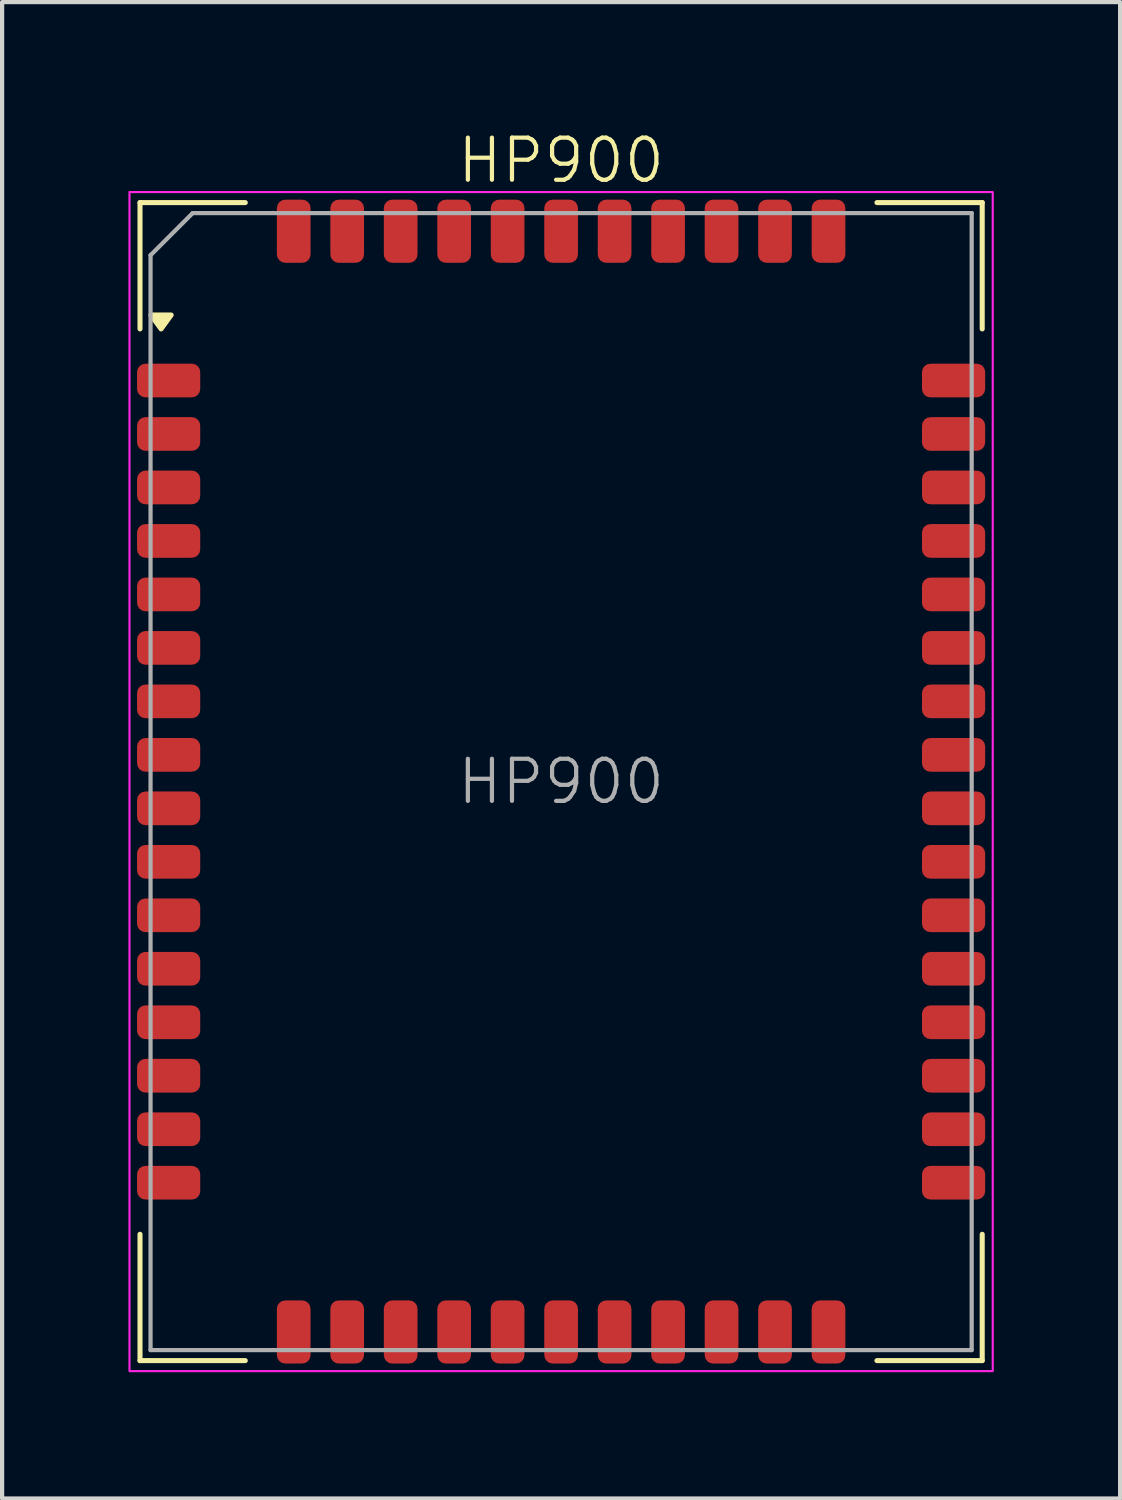
<source format=kicad_pcb>
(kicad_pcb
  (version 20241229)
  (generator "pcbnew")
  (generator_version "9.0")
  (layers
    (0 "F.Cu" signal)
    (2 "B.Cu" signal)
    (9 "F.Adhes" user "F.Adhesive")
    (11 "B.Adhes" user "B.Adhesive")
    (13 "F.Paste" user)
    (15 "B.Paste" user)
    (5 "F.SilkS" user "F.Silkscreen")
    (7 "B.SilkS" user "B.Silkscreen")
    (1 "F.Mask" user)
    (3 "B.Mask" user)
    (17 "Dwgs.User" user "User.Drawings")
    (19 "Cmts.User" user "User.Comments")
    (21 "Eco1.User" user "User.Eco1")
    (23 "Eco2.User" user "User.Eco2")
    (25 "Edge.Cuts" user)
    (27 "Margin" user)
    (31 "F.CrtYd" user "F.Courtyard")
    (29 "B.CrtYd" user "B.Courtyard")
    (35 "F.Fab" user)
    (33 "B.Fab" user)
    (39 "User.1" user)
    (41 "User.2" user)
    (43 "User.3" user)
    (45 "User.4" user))
  (footprint "HP900"
    (layer "F.Cu")
    (at 10.275 15.511)
    (property "Reference" "HP900" (at 0 -14.75 0) (unlocked yes) (layer "F.SilkS") (effects (font (size 1 1) (thickness 0.1))))
    (attr smd)
    (fp_line (start -10 -13.75) (end -10 -10.75) (stroke (width 0.12) (type default)) (layer "F.SilkS"))
    (fp_line (start -10 -13.75) (end -7.5 -13.75) (stroke (width 0.12) (type default)) (layer "F.SilkS"))
    (fp_line (start -10 13.75) (end -10 10.75) (stroke (width 0.12) (type default)) (layer "F.SilkS"))
    (fp_line (start -10 13.75) (end -7.5 13.75) (stroke (width 0.12) (type default)) (layer "F.SilkS"))
    (fp_line (start 10 -13.75) (end 7.5 -13.75) (stroke (width 0.12) (type default)) (layer "F.SilkS"))
    (fp_line (start 10 -13.75) (end 10 -10.75) (stroke (width 0.12) (type default)) (layer "F.SilkS"))
    (fp_line (start 10 13.75) (end 7.5 13.75) (stroke (width 0.12) (type default)) (layer "F.SilkS"))
    (fp_line (start 10 13.75) (end 10 10.75) (stroke (width 0.12) (type default)) (layer "F.SilkS"))
    (fp_poly (pts (xy -9.5 -10.75) (xy -9.74 -11.08) (xy -9.26 -11.08) (xy -9.5 -10.75)) (stroke (width 0.12) (type solid)) (fill yes) (layer "F.SilkS"))
    (fp_rect (start -10.25 -14) (end 10.25 14) (stroke (width 0.05) (type default)) (fill no) (layer "F.CrtYd"))
    (fp_line (start -9.75 -12.5) (end -9.75 13.5) (stroke (width 0.1) (type default)) (layer "F.Fab"))
    (fp_line (start -9.75 13.5) (end 9.75 13.5) (stroke (width 0.1) (type default)) (layer "F.Fab"))
    (fp_line (start -8.75 -13.5) (end -9.75 -12.5) (stroke (width 0.1) (type default)) (layer "F.Fab"))
    (fp_line (start -8.75 -13.5) (end 9.75 -13.5) (stroke (width 0.1) (type default)) (layer "F.Fab"))
    (fp_line (start 9.75 -13.5) (end 9.75 13.5) (stroke (width 0.1) (type default)) (layer "F.Fab"))
    (fp_text user "${REFERENCE}" (at 0 0 0) (unlocked yes) (layer "F.Fab") (effects (font (size 1 1) (thickness 0.1))))
    (pad "1" smd roundrect (at -9.32 -9.525) (size 1.5 0.8) (layers "F.Cu" "F.Mask" "F.Paste") (roundrect_rratio 0.25))
    (pad "2" smd roundrect (at -9.32 -8.255) (size 1.5 0.8) (layers "F.Cu" "F.Mask" "F.Paste") (roundrect_rratio 0.25))
    (pad "3" smd roundrect (at -9.32 -6.985) (size 1.5 0.8) (layers "F.Cu" "F.Mask" "F.Paste") (roundrect_rratio 0.25))
    (pad "4" smd roundrect (at -9.32 -5.715) (size 1.5 0.8) (layers "F.Cu" "F.Mask" "F.Paste") (roundrect_rratio 0.25))
    (pad "5" smd roundrect (at -9.32 -4.445) (size 1.5 0.8) (layers "F.Cu" "F.Mask" "F.Paste") (roundrect_rratio 0.25))
    (pad "6" smd roundrect (at -9.32 -3.175) (size 1.5 0.8) (layers "F.Cu" "F.Mask" "F.Paste") (roundrect_rratio 0.25))
    (pad "7" smd roundrect (at -9.32 -1.905) (size 1.5 0.8) (layers "F.Cu" "F.Mask" "F.Paste") (roundrect_rratio 0.25))
    (pad "8" smd roundrect (at -9.32 -0.635) (size 1.5 0.8) (layers "F.Cu" "F.Mask" "F.Paste") (roundrect_rratio 0.25))
    (pad "9" smd roundrect (at -9.32 0.635) (size 1.5 0.8) (layers "F.Cu" "F.Mask" "F.Paste") (roundrect_rratio 0.25))
    (pad "10" smd roundrect (at -9.32 1.905) (size 1.5 0.8) (layers "F.Cu" "F.Mask" "F.Paste") (roundrect_rratio 0.25))
    (pad "11" smd roundrect (at -9.32 3.175) (size 1.5 0.8) (layers "F.Cu" "F.Mask" "F.Paste") (roundrect_rratio 0.25))
    (pad "12" smd roundrect (at -9.32 4.445) (size 1.5 0.8) (layers "F.Cu" "F.Mask" "F.Paste") (roundrect_rratio 0.25))
    (pad "13" smd roundrect (at -9.32 5.715) (size 1.5 0.8) (layers "F.Cu" "F.Mask" "F.Paste") (roundrect_rratio 0.25))
    (pad "14" smd roundrect (at -9.32 6.985) (size 1.5 0.8) (layers "F.Cu" "F.Mask" "F.Paste") (roundrect_rratio 0.25))
    (pad "15" smd roundrect (at -9.32 8.255) (size 1.5 0.8) (layers "F.Cu" "F.Mask" "F.Paste") (roundrect_rratio 0.25))
    (pad "16" smd roundrect (at -9.32 9.525) (size 1.5 0.8) (layers "F.Cu" "F.Mask" "F.Paste") (roundrect_rratio 0.25))
    (pad "17" smd roundrect (at -6.35 13.07 90) (size 1.5 0.8) (layers "F.Cu" "F.Mask" "F.Paste") (roundrect_rratio 0.25))
    (pad "18" smd roundrect (at -5.08 13.07 90) (size 1.5 0.8) (layers "F.Cu" "F.Mask" "F.Paste") (roundrect_rratio 0.25))
    (pad "19" smd roundrect (at -3.81 13.07 90) (size 1.5 0.8) (layers "F.Cu" "F.Mask" "F.Paste") (roundrect_rratio 0.25))
    (pad "20" smd roundrect (at -2.54 13.07 90) (size 1.5 0.8) (layers "F.Cu" "F.Mask" "F.Paste") (roundrect_rratio 0.25))
    (pad "21" smd roundrect (at -1.27 13.07 90) (size 1.5 0.8) (layers "F.Cu" "F.Mask" "F.Paste") (roundrect_rratio 0.25))
    (pad "22" smd roundrect (at 0 13.07 90) (size 1.5 0.8) (layers "F.Cu" "F.Mask" "F.Paste") (roundrect_rratio 0.25))
    (pad "23" smd roundrect (at 1.27 13.07 90) (size 1.5 0.8) (layers "F.Cu" "F.Mask" "F.Paste") (roundrect_rratio 0.25))
    (pad "24" smd roundrect (at 2.54 13.07 90) (size 1.5 0.8) (layers "F.Cu" "F.Mask" "F.Paste") (roundrect_rratio 0.25))
    (pad "25" smd roundrect (at 3.81 13.07 90) (size 1.5 0.8) (layers "F.Cu" "F.Mask" "F.Paste") (roundrect_rratio 0.25))
    (pad "26" smd roundrect (at 5.08 13.07 90) (size 1.5 0.8) (layers "F.Cu" "F.Mask" "F.Paste") (roundrect_rratio 0.25))
    (pad "27" smd roundrect (at 6.35 13.07 90) (size 1.5 0.8) (layers "F.Cu" "F.Mask" "F.Paste") (roundrect_rratio 0.25))
    (pad "28" smd roundrect (at 9.32 9.525) (size 1.5 0.8) (layers "F.Cu" "F.Mask" "F.Paste") (roundrect_rratio 0.25))
    (pad "29" smd roundrect (at 9.32 8.255) (size 1.5 0.8) (layers "F.Cu" "F.Mask" "F.Paste") (roundrect_rratio 0.25))
    (pad "30" smd roundrect (at 9.32 6.985) (size 1.5 0.8) (layers "F.Cu" "F.Mask" "F.Paste") (roundrect_rratio 0.25))
    (pad "31" smd roundrect (at 9.32 5.715) (size 1.5 0.8) (layers "F.Cu" "F.Mask" "F.Paste") (roundrect_rratio 0.25))
    (pad "32" smd roundrect (at 9.32 4.445) (size 1.5 0.8) (layers "F.Cu" "F.Mask" "F.Paste") (roundrect_rratio 0.25))
    (pad "33" smd roundrect (at 9.32 3.175) (size 1.5 0.8) (layers "F.Cu" "F.Mask" "F.Paste") (roundrect_rratio 0.25))
    (pad "34" smd roundrect (at 9.32 1.905) (size 1.5 0.8) (layers "F.Cu" "F.Mask" "F.Paste") (roundrect_rratio 0.25))
    (pad "35" smd roundrect (at 9.32 0.635) (size 1.5 0.8) (layers "F.Cu" "F.Mask" "F.Paste") (roundrect_rratio 0.25))
    (pad "36" smd roundrect (at 9.32 -0.635) (size 1.5 0.8) (layers "F.Cu" "F.Mask" "F.Paste") (roundrect_rratio 0.25))
    (pad "37" smd roundrect (at 9.32 -1.905) (size 1.5 0.8) (layers "F.Cu" "F.Mask" "F.Paste") (roundrect_rratio 0.25))
    (pad "38" smd roundrect (at 9.32 -3.175) (size 1.5 0.8) (layers "F.Cu" "F.Mask" "F.Paste") (roundrect_rratio 0.25))
    (pad "39" smd roundrect (at 9.32 -4.445) (size 1.5 0.8) (layers "F.Cu" "F.Mask" "F.Paste") (roundrect_rratio 0.25))
    (pad "40" smd roundrect (at 9.32 -5.715) (size 1.5 0.8) (layers "F.Cu" "F.Mask" "F.Paste") (roundrect_rratio 0.25))
    (pad "41" smd roundrect (at 9.32 -6.985) (size 1.5 0.8) (layers "F.Cu" "F.Mask" "F.Paste") (roundrect_rratio 0.25))
    (pad "42" smd roundrect (at 9.32 -8.255) (size 1.5 0.8) (layers "F.Cu" "F.Mask" "F.Paste") (roundrect_rratio 0.25))
    (pad "43" smd roundrect (at 9.32 -9.525) (size 1.5 0.8) (layers "F.Cu" "F.Mask" "F.Paste") (roundrect_rratio 0.25))
    (pad "44" smd roundrect (at 6.35 -13.07 90) (size 1.5 0.8) (layers "F.Cu" "F.Mask" "F.Paste") (roundrect_rratio 0.25))
    (pad "45" smd roundrect (at 5.08 -13.07 90) (size 1.5 0.8) (layers "F.Cu" "F.Mask" "F.Paste") (roundrect_rratio 0.25))
    (pad "46" smd roundrect (at 3.81 -13.07 90) (size 1.5 0.8) (layers "F.Cu" "F.Mask" "F.Paste") (roundrect_rratio 0.25))
    (pad "47" smd roundrect (at 2.54 -13.07 90) (size 1.5 0.8) (layers "F.Cu" "F.Mask" "F.Paste") (roundrect_rratio 0.25))
    (pad "48" smd roundrect (at 1.27 -13.07 90) (size 1.5 0.8) (layers "F.Cu" "F.Mask" "F.Paste") (roundrect_rratio 0.25))
    (pad "49" smd roundrect (at 0 -13.07 90) (size 1.5 0.8) (layers "F.Cu" "F.Mask" "F.Paste") (roundrect_rratio 0.25))
    (pad "50" smd roundrect (at -1.27 -13.07 90) (size 1.5 0.8) (layers "F.Cu" "F.Mask" "F.Paste") (roundrect_rratio 0.25))
    (pad "51" smd roundrect (at -2.54 -13.07 90) (size 1.5 0.8) (layers "F.Cu" "F.Mask" "F.Paste") (roundrect_rratio 0.25))
    (pad "52" smd roundrect (at -3.81 -13.07 90) (size 1.5 0.8) (layers "F.Cu" "F.Mask" "F.Paste") (roundrect_rratio 0.25))
    (pad "53" smd roundrect (at -5.08 -13.07 90) (size 1.5 0.8) (layers "F.Cu" "F.Mask" "F.Paste") (roundrect_rratio 0.25))
    (pad "54" smd roundrect (at -6.35 -13.07 90) (size 1.5 0.8) (layers "F.Cu" "F.Mask" "F.Paste") (roundrect_rratio 0.25)))
  (gr_rect
    (start -3 -3)
    (end 23.55 32.535)
    (stroke (width 0.1) (type default))
    (fill no)
    (layer "Edge.Cuts")))
</source>
